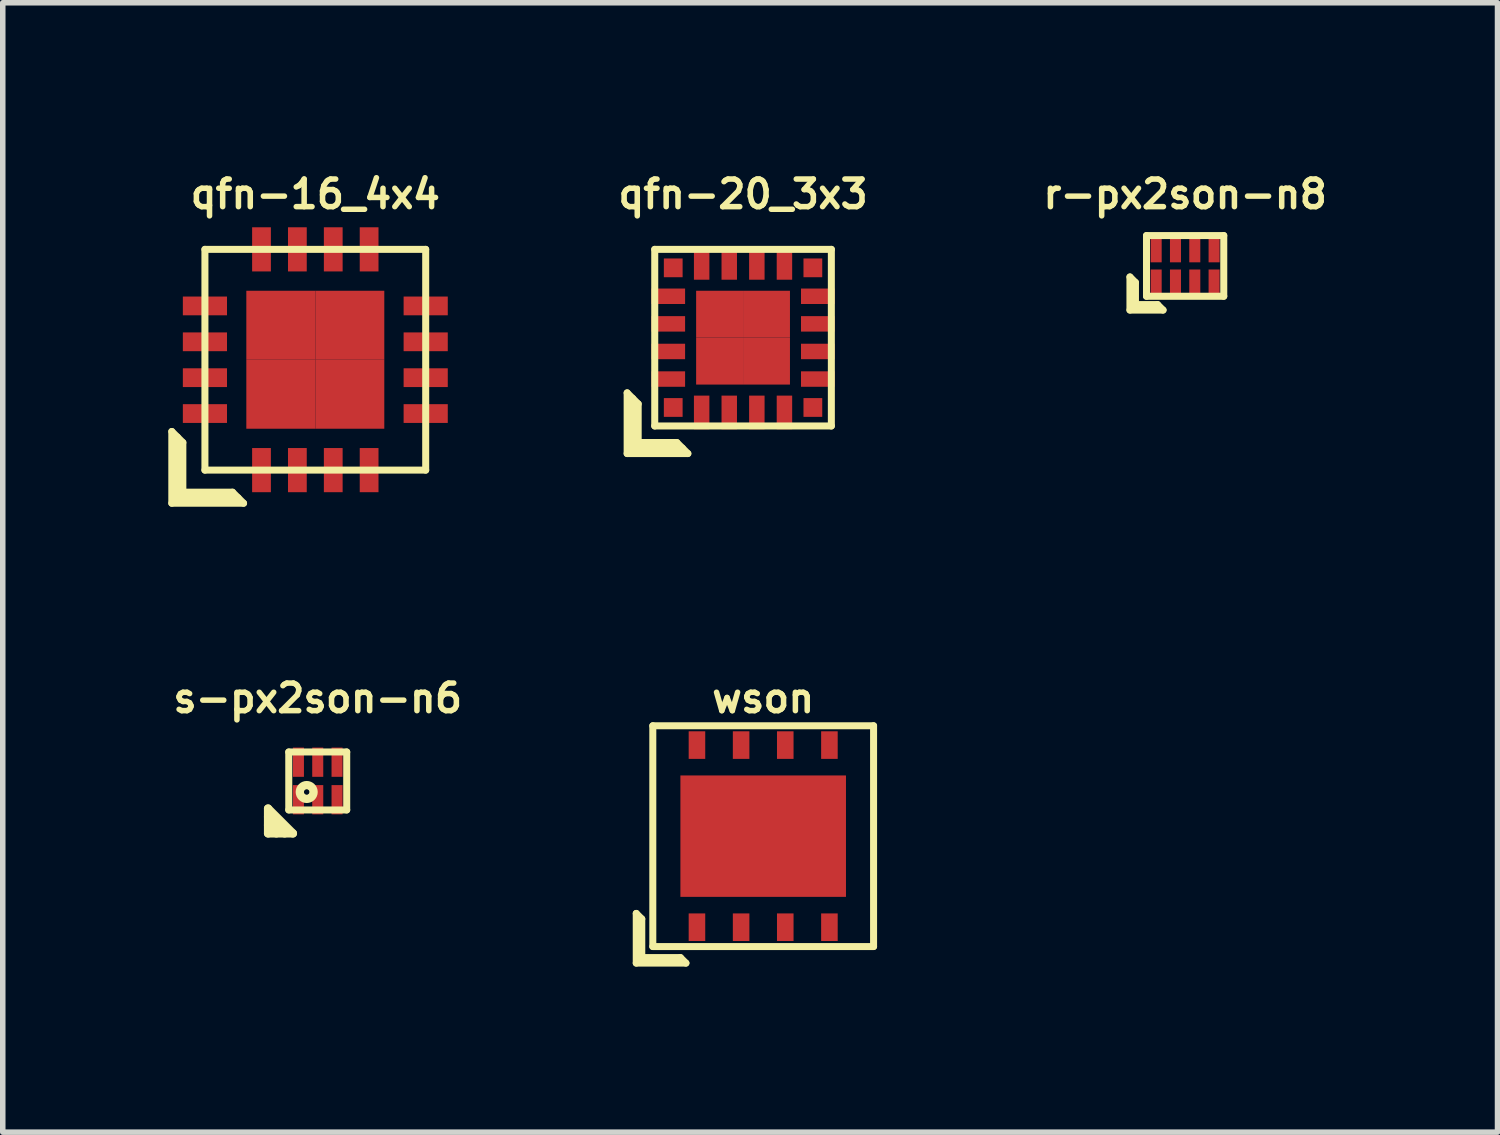
<source format=kicad_pcb>
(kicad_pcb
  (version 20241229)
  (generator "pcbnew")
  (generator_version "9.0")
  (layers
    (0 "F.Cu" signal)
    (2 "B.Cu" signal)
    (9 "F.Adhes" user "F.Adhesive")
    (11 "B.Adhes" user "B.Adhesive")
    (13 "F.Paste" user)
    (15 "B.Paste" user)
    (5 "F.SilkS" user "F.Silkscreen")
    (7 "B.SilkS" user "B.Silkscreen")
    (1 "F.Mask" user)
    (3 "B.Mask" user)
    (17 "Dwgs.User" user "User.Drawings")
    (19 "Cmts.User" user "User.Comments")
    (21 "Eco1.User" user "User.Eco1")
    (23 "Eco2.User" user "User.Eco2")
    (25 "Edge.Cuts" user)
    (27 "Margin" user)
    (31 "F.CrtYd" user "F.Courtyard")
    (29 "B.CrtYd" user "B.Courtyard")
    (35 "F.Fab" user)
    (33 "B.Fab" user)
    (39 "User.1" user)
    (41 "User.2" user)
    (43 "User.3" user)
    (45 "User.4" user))
  (footprint "qfn-20_3x3"
    (layer "F.Cu")
    (at 10.413 3.068)
    (property "Reference" "qfn-20_3x3" (at 0 -2.6 0) (layer "F.SilkS") (effects (font (size 0.5 0.5) (thickness 0.1))))
    (attr through_hole)
    (fp_line (start -2.1 1) (end -1.9 1.2) (stroke (width 0.127) (type solid)) (layer "F.SilkS"))
    (fp_line (start -2.1 2.1) (end -2.1 1) (stroke (width 0.127) (type solid)) (layer "F.SilkS"))
    (fp_line (start -2 1.1) (end -2 2) (stroke (width 0.127) (type solid)) (layer "F.SilkS"))
    (fp_line (start -2 2) (end -1.1 2) (stroke (width 0.127) (type solid)) (layer "F.SilkS"))
    (fp_line (start -1.9 1.2) (end -1.9 1.9) (stroke (width 0.127) (type solid)) (layer "F.SilkS"))
    (fp_line (start -1.9 1.9) (end -1.2 1.9) (stroke (width 0.127) (type solid)) (layer "F.SilkS"))
    (fp_line (start -1.6 -1.6) (end 1.6 -1.6) (stroke (width 0.127) (type solid)) (layer "F.SilkS"))
    (fp_line (start -1.6 1.6) (end -1.6 -1.6) (stroke (width 0.127) (type solid)) (layer "F.SilkS"))
    (fp_line (start -1.2 1.9) (end -1 2.1) (stroke (width 0.127) (type solid)) (layer "F.SilkS"))
    (fp_line (start -1 2.1) (end -2.1 2.1) (stroke (width 0.127) (type solid)) (layer "F.SilkS"))
    (fp_line (start 1.6 -1.6) (end 1.6 1.6) (stroke (width 0.127) (type solid)) (layer "F.SilkS"))
    (fp_line (start 1.6 1.6) (end -1.6 1.6) (stroke (width 0.127) (type solid)) (layer "F.SilkS"))
    (pad "1" smd rect (at -1.265 1.265) (size 0.34 0.34) (layers "F.Cu" "F.Mask" "F.Paste"))
    (pad "2" smd rect (at -0.75 1.355) (size 0.28 0.61) (layers "F.Cu" "F.Mask" "F.Paste"))
    (pad "3" smd rect (at -0.25 1.355) (size 0.28 0.61) (layers "F.Cu" "F.Mask" "F.Paste"))
    (pad "4" smd rect (at 0.25 1.355) (size 0.28 0.61) (layers "F.Cu" "F.Mask" "F.Paste"))
    (pad "5" smd rect (at 0.75 1.355) (size 0.28 0.61) (layers "F.Cu" "F.Mask" "F.Paste"))
    (pad "6" smd rect (at 1.265 1.265) (size 0.34 0.34) (layers "F.Cu" "F.Mask" "F.Paste"))
    (pad "7" smd rect (at 1.355 0.75) (size 0.61 0.28) (layers "F.Cu" "F.Mask" "F.Paste"))
    (pad "8" smd rect (at 1.355 0.25) (size 0.61 0.28) (layers "F.Cu" "F.Mask" "F.Paste"))
    (pad "9" smd rect (at 1.355 -0.25) (size 0.61 0.28) (layers "F.Cu" "F.Mask" "F.Paste"))
    (pad "10" smd rect (at 1.355 -0.75) (size 0.61 0.28) (layers "F.Cu" "F.Mask" "F.Paste"))
    (pad "11" smd rect (at 1.265 -1.265) (size 0.34 0.34) (layers "F.Cu" "F.Mask" "F.Paste"))
    (pad "12" smd rect (at 0.75 -1.355) (size 0.28 0.61) (layers "F.Cu" "F.Mask" "F.Paste"))
    (pad "13" smd rect (at 0.25 -1.355) (size 0.28 0.61) (layers "F.Cu" "F.Mask" "F.Paste"))
    (pad "14" smd rect (at -0.25 -1.355) (size 0.28 0.61) (layers "F.Cu" "F.Mask" "F.Paste"))
    (pad "15" smd rect (at -0.75 -1.355) (size 0.28 0.61) (layers "F.Cu" "F.Mask" "F.Paste"))
    (pad "16" smd rect (at -1.265 -1.265) (size 0.34 0.34) (layers "F.Cu" "F.Mask" "F.Paste"))
    (pad "17" smd rect (at -1.355 -0.75) (size 0.61 0.28) (layers "F.Cu" "F.Mask" "F.Paste"))
    (pad "18" smd rect (at -1.355 -0.25) (size 0.61 0.28) (layers "F.Cu" "F.Mask" "F.Paste"))
    (pad "19" smd rect (at -1.355 0.25) (size 0.61 0.28) (layers "F.Cu" "F.Mask" "F.Paste"))
    (pad "20" smd rect (at -1.355 0.75) (size 0.61 0.28) (layers "F.Cu" "F.Mask" "F.Paste"))
    (pad "21" smd rect (at -0.425 -0.425) (size 0.85 0.85) (layers "F.Cu" "F.Mask" "F.Paste"))
    (pad "21" smd rect (at -0.425 0.425) (size 0.85 0.85) (layers "F.Cu" "F.Mask" "F.Paste"))
    (pad "21" smd rect (at 0.425 -0.425) (size 0.85 0.85) (layers "F.Cu" "F.Mask" "F.Paste"))
    (pad "21" smd rect (at 0.425 0.425) (size 0.85 0.85) (layers "F.Cu" "F.Mask" "F.Paste")))
  (footprint "qfn-16_4x4"
    (layer "F.Cu")
    (at 2.663 3.468)
    (property "Reference" "qfn-16_4x4" (at 0 -3 0) (layer "F.SilkS") (effects (font (size 0.5 0.5) (thickness 0.1))))
    (attr through_hole)
    (fp_line (start -2.6 1.3) (end -2.4 1.5) (stroke (width 0.127) (type solid)) (layer "F.SilkS"))
    (fp_line (start -2.6 2.6) (end -2.6 1.3) (stroke (width 0.127) (type solid)) (layer "F.SilkS"))
    (fp_line (start -2.5 1.4) (end -2.5 2.5) (stroke (width 0.127) (type solid)) (layer "F.SilkS"))
    (fp_line (start -2.5 2.5) (end -1.4 2.5) (stroke (width 0.127) (type solid)) (layer "F.SilkS"))
    (fp_line (start -2.4 1.5) (end -2.4 2.4) (stroke (width 0.127) (type solid)) (layer "F.SilkS"))
    (fp_line (start -2.4 2.4) (end -1.5 2.4) (stroke (width 0.127) (type solid)) (layer "F.SilkS"))
    (fp_line (start -2 -2) (end 2 -2) (stroke (width 0.127) (type solid)) (layer "F.SilkS"))
    (fp_line (start -2 2) (end -2 -2) (stroke (width 0.127) (type solid)) (layer "F.SilkS"))
    (fp_line (start -1.5 2.4) (end -1.3 2.6) (stroke (width 0.127) (type solid)) (layer "F.SilkS"))
    (fp_line (start -1.3 2.6) (end -2.6 2.6) (stroke (width 0.127) (type solid)) (layer "F.SilkS"))
    (fp_line (start 2 -2) (end 2 2) (stroke (width 0.127) (type solid)) (layer "F.SilkS"))
    (fp_line (start 2 2) (end -2 2) (stroke (width 0.127) (type solid)) (layer "F.SilkS"))
    (pad "1" smd rect (at -0.975 2) (size 0.34 0.8) (layers "F.Cu" "F.Mask" "F.Paste"))
    (pad "2" smd rect (at -0.325 2) (size 0.34 0.8) (layers "F.Cu" "F.Mask" "F.Paste"))
    (pad "3" smd rect (at 0.325 2) (size 0.34 0.8) (layers "F.Cu" "F.Mask" "F.Paste"))
    (pad "4" smd rect (at 0.975 2) (size 0.34 0.8) (layers "F.Cu" "F.Mask" "F.Paste"))
    (pad "5" smd rect (at 2 0.975) (size 0.8 0.34) (layers "F.Cu" "F.Mask" "F.Paste"))
    (pad "6" smd rect (at 2 0.325) (size 0.8 0.34) (layers "F.Cu" "F.Mask" "F.Paste"))
    (pad "7" smd rect (at 2 -0.325) (size 0.8 0.34) (layers "F.Cu" "F.Mask" "F.Paste"))
    (pad "8" smd rect (at 2 -0.975) (size 0.8 0.34) (layers "F.Cu" "F.Mask" "F.Paste"))
    (pad "9" smd rect (at 0.975 -2) (size 0.34 0.8) (layers "F.Cu" "F.Mask" "F.Paste"))
    (pad "10" smd rect (at 0.325 -2) (size 0.34 0.8) (layers "F.Cu" "F.Mask" "F.Paste"))
    (pad "11" smd rect (at -0.325 -2) (size 0.34 0.8) (layers "F.Cu" "F.Mask" "F.Paste"))
    (pad "12" smd rect (at -0.975 -2) (size 0.34 0.8) (layers "F.Cu" "F.Mask" "F.Paste"))
    (pad "13" smd rect (at -2 -0.975) (size 0.8 0.34) (layers "F.Cu" "F.Mask" "F.Paste"))
    (pad "14" smd rect (at -2 -0.325) (size 0.8 0.34) (layers "F.Cu" "F.Mask" "F.Paste"))
    (pad "15" smd rect (at -2 0.325) (size 0.8 0.34) (layers "F.Cu" "F.Mask" "F.Paste"))
    (pad "16" smd rect (at -2 0.975) (size 0.8 0.34) (layers "F.Cu" "F.Mask" "F.Paste"))
    (pad "17" smd rect (at -0.625 -0.625) (size 1.25 1.25) (layers "F.Cu" "F.Mask" "F.Paste"))
    (pad "17" smd rect (at -0.625 0.625) (size 1.25 1.25) (layers "F.Cu" "F.Mask" "F.Paste"))
    (pad "17" smd rect (at 0.625 -0.625) (size 1.25 1.25) (layers "F.Cu" "F.Mask" "F.Paste"))
    (pad "17" smd rect (at 0.625 0.625) (size 1.25 1.25) (layers "F.Cu" "F.Mask" "F.Paste")))
  (footprint "s-px2son-n6"
    (layer "F.Cu")
    (at 2.707 11.1)
    (property "Reference" "s-px2son-n6" (at 0 -1.5 0) (layer "F.SilkS") (effects (font (size 0.5 0.5) (thickness 0.1))))
    (attr through_hole)
    (fp_line (start -0.9 0.5) (end -0.9 0.95) (stroke (width 0.15) (type solid)) (layer "F.SilkS"))
    (fp_line (start -0.9 0.95) (end -0.45 0.95) (stroke (width 0.15) (type solid)) (layer "F.SilkS"))
    (fp_line (start -0.75 0.95) (end -0.9 0.8) (stroke (width 0.15) (type solid)) (layer "F.SilkS"))
    (fp_line (start -0.6 0.95) (end -0.9 0.65) (stroke (width 0.15) (type solid)) (layer "F.SilkS"))
    (fp_line (start -0.525 -0.525) (end 0.525 -0.525) (stroke (width 0.127) (type solid)) (layer "F.SilkS"))
    (fp_line (start -0.525 0.525) (end -0.525 -0.525) (stroke (width 0.127) (type solid)) (layer "F.SilkS"))
    (fp_line (start -0.45 0.95) (end -0.9 0.5) (stroke (width 0.15) (type solid)) (layer "F.SilkS"))
    (fp_line (start 0.525 -0.525) (end 0.525 0.525) (stroke (width 0.127) (type solid)) (layer "F.SilkS"))
    (fp_line (start 0.525 0.525) (end -0.525 0.525) (stroke (width 0.127) (type solid)) (layer "F.SilkS"))
    (fp_circle (center -0.2 0.2) (end -0.15 0.2) (stroke (width 0.15) (type solid)) (fill no) (layer "F.SilkS"))
    (fp_circle (center -0.2 0.2) (end -0.08 0.2) (stroke (width 0.127) (type solid)) (fill no) (layer "F.SilkS"))
    (pad "1" smd rect (at -0.35 0.34) (size 0.2 0.53) (layers "F.Cu" "F.Mask" "F.Paste"))
    (pad "2" smd rect (at 0 0.34) (size 0.2 0.53) (layers "F.Cu" "F.Mask" "F.Paste"))
    (pad "3" smd rect (at 0.35 0.34) (size 0.2 0.53) (layers "F.Cu" "F.Mask" "F.Paste"))
    (pad "4" smd rect (at 0.35 -0.34) (size 0.2 0.53) (layers "F.Cu" "F.Mask" "F.Paste"))
    (pad "5" smd rect (at 0 -0.34) (size 0.2 0.53) (layers "F.Cu" "F.Mask" "F.Paste"))
    (pad "6" smd rect (at -0.35 -0.34) (size 0.2 0.53) (layers "F.Cu" "F.Mask" "F.Paste")))
  (footprint "r-px2son-n8"
    (layer "F.Cu")
    (at 18.423 1.768)
    (property "Reference" "r-px2son-n8" (at 0 -1.3 0) (layer "F.SilkS") (effects (font (size 0.5 0.5) (thickness 0.1))))
    (attr through_hole)
    (fp_line (start -1 0.2) (end -1 0.8) (stroke (width 0.127) (type solid)) (layer "F.SilkS"))
    (fp_line (start -1 0.8) (end -0.4 0.8) (stroke (width 0.127) (type solid)) (layer "F.SilkS"))
    (fp_line (start -0.9 0.3) (end -1 0.2) (stroke (width 0.127) (type solid)) (layer "F.SilkS"))
    (fp_line (start -0.9 0.7) (end -0.9 0.3) (stroke (width 0.127) (type solid)) (layer "F.SilkS"))
    (fp_line (start -0.9 0.7) (end -0.5 0.7) (stroke (width 0.127) (type solid)) (layer "F.SilkS"))
    (fp_line (start -0.7 -0.55) (end 0.7 -0.55) (stroke (width 0.127) (type solid)) (layer "F.SilkS"))
    (fp_line (start -0.7 0.55) (end -0.7 -0.55) (stroke (width 0.127) (type solid)) (layer "F.SilkS"))
    (fp_line (start -0.5 0.7) (end -0.4 0.8) (stroke (width 0.127) (type solid)) (layer "F.SilkS"))
    (fp_line (start 0.7 -0.55) (end 0.7 0.55) (stroke (width 0.127) (type solid)) (layer "F.SilkS"))
    (fp_line (start 0.7 0.55) (end -0.7 0.55) (stroke (width 0.127) (type solid)) (layer "F.SilkS"))
    (pad "1" smd rect (at -0.525 0.33) (size 0.2 0.53) (layers "F.Cu" "F.Mask" "F.Paste"))
    (pad "2" smd rect (at -0.175 0.33) (size 0.2 0.53) (layers "F.Cu" "F.Mask" "F.Paste"))
    (pad "3" smd rect (at 0.175 0.33) (size 0.2 0.53) (layers "F.Cu" "F.Mask" "F.Paste"))
    (pad "4" smd rect (at 0.525 0.33) (size 0.2 0.53) (layers "F.Cu" "F.Mask" "F.Paste"))
    (pad "5" smd rect (at 0.525 -0.33) (size 0.2 0.53) (layers "F.Cu" "F.Mask" "F.Paste"))
    (pad "6" smd rect (at 0.175 -0.33) (size 0.2 0.53) (layers "F.Cu" "F.Mask" "F.Paste"))
    (pad "7" smd rect (at -0.175 -0.33) (size 0.2 0.53) (layers "F.Cu" "F.Mask" "F.Paste"))
    (pad "8" smd rect (at -0.525 -0.33) (size 0.2 0.53) (layers "F.Cu" "F.Mask" "F.Paste")))
  (footprint "wson"
    (layer "F.Cu")
    (at 10.778 12.1)
    (property "Reference" "wson" (at 0 -2.5 0) (layer "F.SilkS") (effects (font (size 0.5 0.5) (thickness 0.1))))
    (attr through_hole)
    (fp_line (start -2.3 1.4) (end -2.2 1.5) (stroke (width 0.127) (type solid)) (layer "F.SilkS"))
    (fp_line (start -2.3 2.3) (end -2.3 1.4) (stroke (width 0.127) (type solid)) (layer "F.SilkS"))
    (fp_line (start -2.2 1.5) (end -2.2 2.2) (stroke (width 0.127) (type solid)) (layer "F.SilkS"))
    (fp_line (start -2.2 2.2) (end -1.5 2.2) (stroke (width 0.127) (type solid)) (layer "F.SilkS"))
    (fp_line (start -2 -2) (end 2 -2) (stroke (width 0.127) (type solid)) (layer "F.SilkS"))
    (fp_line (start -2 2) (end -2 -2) (stroke (width 0.127) (type solid)) (layer "F.SilkS"))
    (fp_line (start -1.5 2.2) (end -1.4 2.3) (stroke (width 0.127) (type solid)) (layer "F.SilkS"))
    (fp_line (start -1.4 2.3) (end -2.3 2.3) (stroke (width 0.127) (type solid)) (layer "F.SilkS"))
    (fp_line (start 2 -2) (end 2 2) (stroke (width 0.127) (type solid)) (layer "F.SilkS"))
    (fp_line (start 2 2) (end -2 2) (stroke (width 0.127) (type solid)) (layer "F.SilkS"))
    (pad "1" smd rect (at -1.2 1.65) (size 0.3 0.5) (layers "F.Cu" "F.Mask" "F.Paste"))
    (pad "2" smd rect (at -0.4 1.65) (size 0.3 0.5) (layers "F.Cu" "F.Mask" "F.Paste"))
    (pad "3" smd rect (at 0.4 1.65) (size 0.3 0.5) (layers "F.Cu" "F.Mask" "F.Paste"))
    (pad "4" smd rect (at 1.2 1.65) (size 0.3 0.5) (layers "F.Cu" "F.Mask" "F.Paste"))
    (pad "5" smd rect (at 1.2 -1.65) (size 0.3 0.5) (layers "F.Cu" "F.Mask" "F.Paste"))
    (pad "6" smd rect (at 0.4 -1.65) (size 0.3 0.5) (layers "F.Cu" "F.Mask" "F.Paste"))
    (pad "7" smd rect (at -0.4 -1.65) (size 0.3 0.5) (layers "F.Cu" "F.Mask" "F.Paste"))
    (pad "8" smd rect (at -1.2 -1.65) (size 0.3 0.5) (layers "F.Cu" "F.Mask" "F.Paste"))
    (pad "9" smd rect (at 0 0) (size 3 2.2) (layers "F.Cu" "F.Mask" "F.Paste")))
  (gr_rect
    (start -3 -3)
    (end 24.083 17.463)
    (stroke (width 0.1) (type default))
    (fill no)
    (layer "Edge.Cuts")))
</source>
